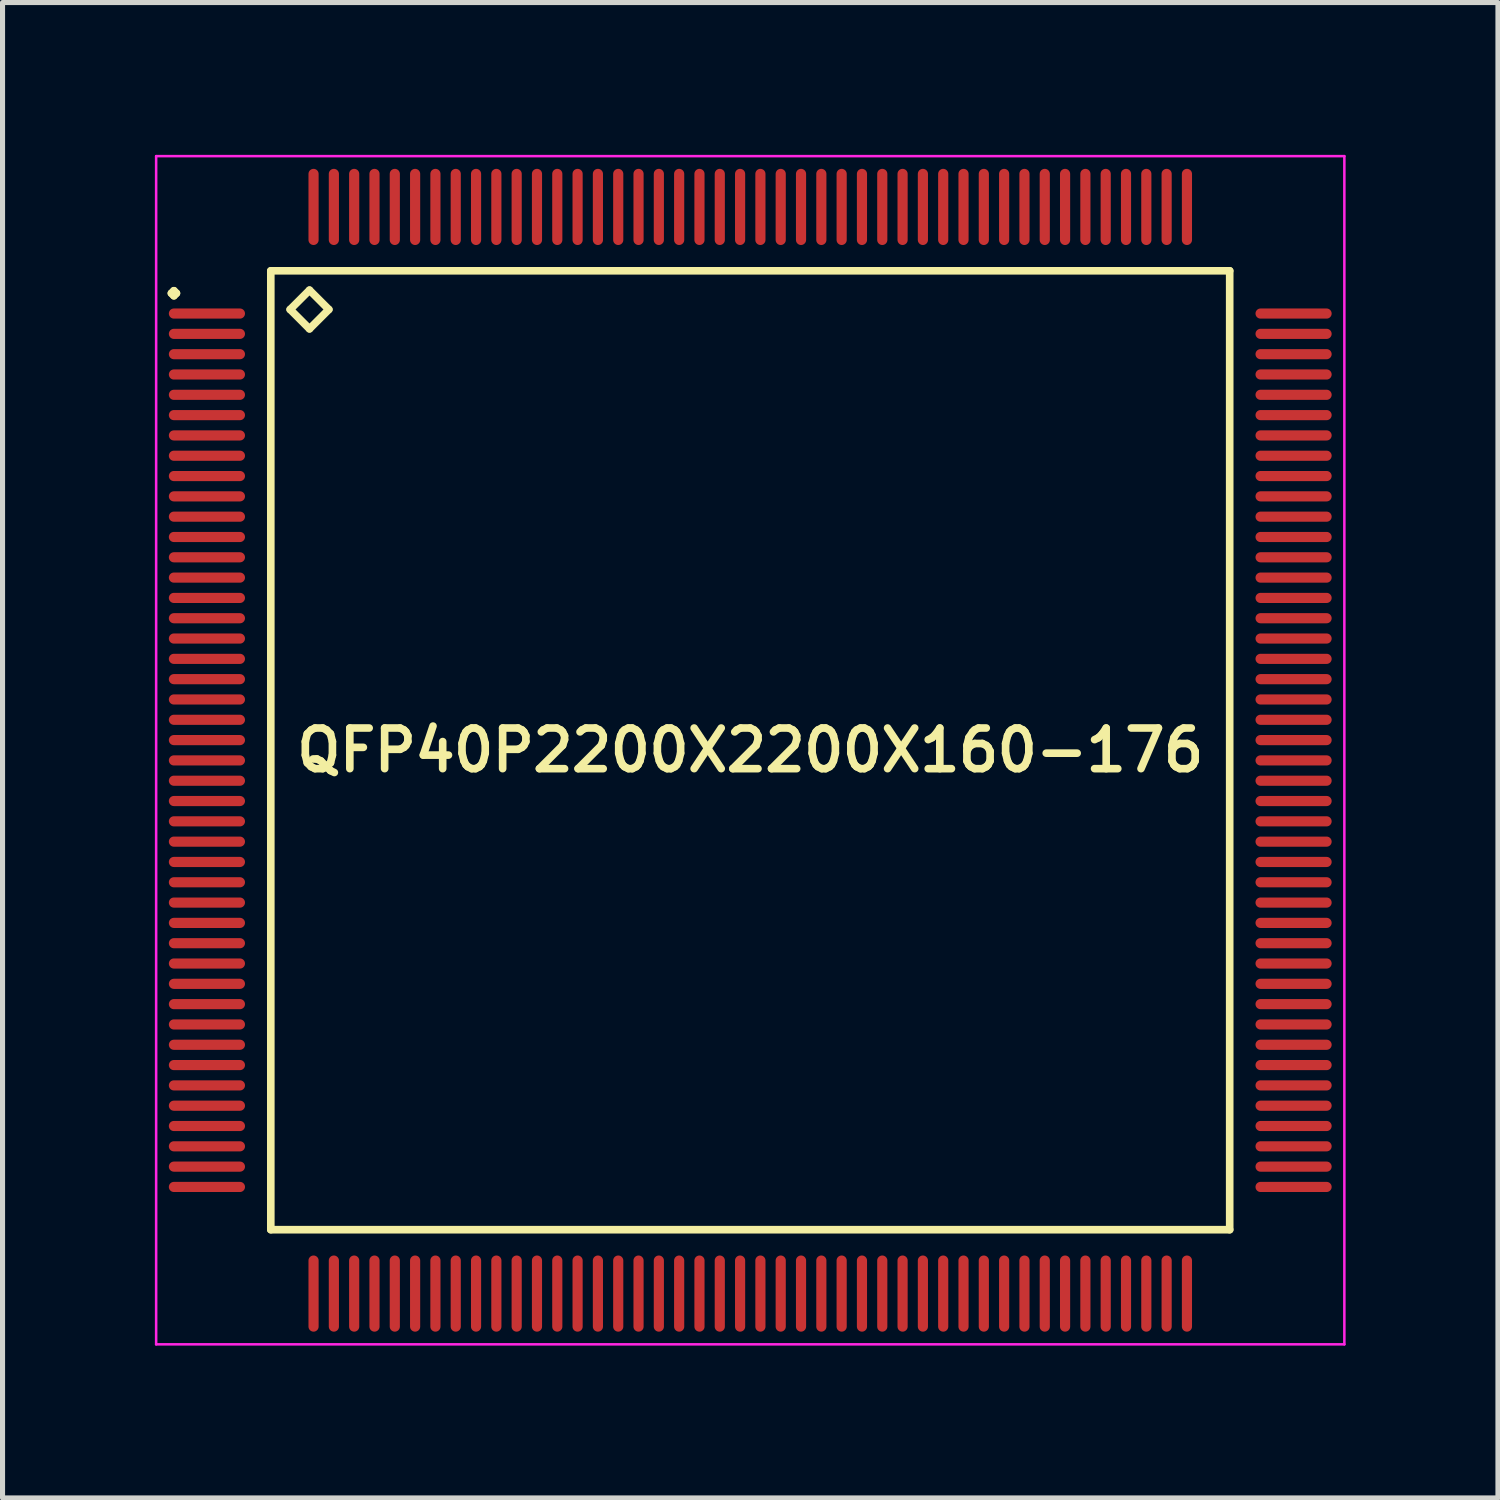
<source format=kicad_pcb>
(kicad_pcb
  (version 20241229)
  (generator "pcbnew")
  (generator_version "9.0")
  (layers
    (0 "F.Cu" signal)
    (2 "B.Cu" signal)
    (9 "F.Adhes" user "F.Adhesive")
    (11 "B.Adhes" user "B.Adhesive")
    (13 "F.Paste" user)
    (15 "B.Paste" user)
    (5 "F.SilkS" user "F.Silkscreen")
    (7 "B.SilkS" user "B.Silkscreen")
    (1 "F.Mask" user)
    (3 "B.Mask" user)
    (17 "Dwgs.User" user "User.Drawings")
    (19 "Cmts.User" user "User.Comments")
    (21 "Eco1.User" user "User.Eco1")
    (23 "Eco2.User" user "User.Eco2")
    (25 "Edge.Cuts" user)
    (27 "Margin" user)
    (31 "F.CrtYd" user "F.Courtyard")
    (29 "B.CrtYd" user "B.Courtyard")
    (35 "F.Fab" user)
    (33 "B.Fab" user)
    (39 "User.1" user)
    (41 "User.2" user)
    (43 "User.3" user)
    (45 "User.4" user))
  (footprint "QFP40P2200X2200X160-176"
    (layer "F.Cu")
    (at 11.725 11.725)
    (property "Reference" "QFP40P2200X2200X160-176" (at 0 0 0) (layer "F.SilkS") (effects (font (size 0.8 0.8) (thickness 0.15))))
    (attr smd)
    (fp_line (start -11.4 -9) (end -11.35 -9.05) (stroke (width 0.15) (type solid)) (layer "F.SilkS"))
    (fp_line (start -11.35 -9.05) (end -11.3 -9) (stroke (width 0.15) (type solid)) (layer "F.SilkS"))
    (fp_line (start -11.35 -8.95) (end -11.4 -9) (stroke (width 0.15) (type solid)) (layer "F.SilkS"))
    (fp_line (start -11.3 -9) (end -11.35 -8.95) (stroke (width 0.15) (type solid)) (layer "F.SilkS"))
    (fp_line (start -9.442 -9.442) (end -9.442 9.442) (stroke (width 0.15) (type solid)) (layer "F.SilkS"))
    (fp_line (start -9.442 9.442) (end 9.442 9.442) (stroke (width 0.15) (type solid)) (layer "F.SilkS"))
    (fp_line (start -9.061 -8.68) (end -8.68 -9.061) (stroke (width 0.15) (type solid)) (layer "F.SilkS"))
    (fp_line (start -8.68 -9.061) (end -8.299 -8.68) (stroke (width 0.15) (type solid)) (layer "F.SilkS"))
    (fp_line (start -8.68 -8.299) (end -9.061 -8.68) (stroke (width 0.15) (type solid)) (layer "F.SilkS"))
    (fp_line (start -8.299 -8.68) (end -8.68 -8.299) (stroke (width 0.15) (type solid)) (layer "F.SilkS"))
    (fp_line (start 9.442 -9.442) (end -9.442 -9.442) (stroke (width 0.15) (type solid)) (layer "F.SilkS"))
    (fp_line (start 9.442 9.442) (end 9.442 -9.442) (stroke (width 0.15) (type solid)) (layer "F.SilkS"))
    (fp_line (start -11.7 -11.7) (end 11.7 -11.7) (stroke (width 0.05) (type solid)) (layer "F.CrtYd"))
    (fp_line (start -11.7 11.7) (end -11.7 -11.7) (stroke (width 0.05) (type solid)) (layer "F.CrtYd"))
    (fp_line (start 11.7 -11.7) (end 11.7 11.7) (stroke (width 0.05) (type solid)) (layer "F.CrtYd"))
    (fp_line (start 11.7 11.7) (end -11.7 11.7) (stroke (width 0.05) (type solid)) (layer "F.CrtYd"))
    (pad "1" smd oval (at -10.7 -8.6) (size 1.5 0.2) (layers "F.Cu" "F.Mask" "F.Paste"))
    (pad "2" smd oval (at -10.7 -8.2) (size 1.5 0.2) (layers "F.Cu" "F.Mask" "F.Paste"))
    (pad "3" smd oval (at -10.7 -7.8) (size 1.5 0.2) (layers "F.Cu" "F.Mask" "F.Paste"))
    (pad "4" smd oval (at -10.7 -7.4) (size 1.5 0.2) (layers "F.Cu" "F.Mask" "F.Paste"))
    (pad "5" smd oval (at -10.7 -7) (size 1.5 0.2) (layers "F.Cu" "F.Mask" "F.Paste"))
    (pad "6" smd oval (at -10.7 -6.6) (size 1.5 0.2) (layers "F.Cu" "F.Mask" "F.Paste"))
    (pad "7" smd oval (at -10.7 -6.2) (size 1.5 0.2) (layers "F.Cu" "F.Mask" "F.Paste"))
    (pad "8" smd oval (at -10.7 -5.8) (size 1.5 0.2) (layers "F.Cu" "F.Mask" "F.Paste"))
    (pad "9" smd oval (at -10.7 -5.4) (size 1.5 0.2) (layers "F.Cu" "F.Mask" "F.Paste"))
    (pad "10" smd oval (at -10.7 -5) (size 1.5 0.2) (layers "F.Cu" "F.Mask" "F.Paste"))
    (pad "11" smd oval (at -10.7 -4.6) (size 1.5 0.2) (layers "F.Cu" "F.Mask" "F.Paste"))
    (pad "12" smd oval (at -10.7 -4.2) (size 1.5 0.2) (layers "F.Cu" "F.Mask" "F.Paste"))
    (pad "13" smd oval (at -10.7 -3.8) (size 1.5 0.2) (layers "F.Cu" "F.Mask" "F.Paste"))
    (pad "14" smd oval (at -10.7 -3.4) (size 1.5 0.2) (layers "F.Cu" "F.Mask" "F.Paste"))
    (pad "15" smd oval (at -10.7 -3) (size 1.5 0.2) (layers "F.Cu" "F.Mask" "F.Paste"))
    (pad "16" smd oval (at -10.7 -2.6) (size 1.5 0.2) (layers "F.Cu" "F.Mask" "F.Paste"))
    (pad "17" smd oval (at -10.7 -2.2) (size 1.5 0.2) (layers "F.Cu" "F.Mask" "F.Paste"))
    (pad "18" smd oval (at -10.7 -1.8) (size 1.5 0.2) (layers "F.Cu" "F.Mask" "F.Paste"))
    (pad "19" smd oval (at -10.7 -1.4) (size 1.5 0.2) (layers "F.Cu" "F.Mask" "F.Paste"))
    (pad "20" smd oval (at -10.7 -1) (size 1.5 0.2) (layers "F.Cu" "F.Mask" "F.Paste"))
    (pad "21" smd oval (at -10.7 -0.6) (size 1.5 0.2) (layers "F.Cu" "F.Mask" "F.Paste"))
    (pad "22" smd oval (at -10.7 -0.2) (size 1.5 0.2) (layers "F.Cu" "F.Mask" "F.Paste"))
    (pad "23" smd oval (at -10.7 0.2) (size 1.5 0.2) (layers "F.Cu" "F.Mask" "F.Paste"))
    (pad "24" smd oval (at -10.7 0.6) (size 1.5 0.2) (layers "F.Cu" "F.Mask" "F.Paste"))
    (pad "25" smd oval (at -10.7 1) (size 1.5 0.2) (layers "F.Cu" "F.Mask" "F.Paste"))
    (pad "26" smd oval (at -10.7 1.4) (size 1.5 0.2) (layers "F.Cu" "F.Mask" "F.Paste"))
    (pad "27" smd oval (at -10.7 1.8) (size 1.5 0.2) (layers "F.Cu" "F.Mask" "F.Paste"))
    (pad "28" smd oval (at -10.7 2.2) (size 1.5 0.2) (layers "F.Cu" "F.Mask" "F.Paste"))
    (pad "29" smd oval (at -10.7 2.6) (size 1.5 0.2) (layers "F.Cu" "F.Mask" "F.Paste"))
    (pad "30" smd oval (at -10.7 3) (size 1.5 0.2) (layers "F.Cu" "F.Mask" "F.Paste"))
    (pad "31" smd oval (at -10.7 3.4) (size 1.5 0.2) (layers "F.Cu" "F.Mask" "F.Paste"))
    (pad "32" smd oval (at -10.7 3.8) (size 1.5 0.2) (layers "F.Cu" "F.Mask" "F.Paste"))
    (pad "33" smd oval (at -10.7 4.2) (size 1.5 0.2) (layers "F.Cu" "F.Mask" "F.Paste"))
    (pad "34" smd oval (at -10.7 4.6) (size 1.5 0.2) (layers "F.Cu" "F.Mask" "F.Paste"))
    (pad "35" smd oval (at -10.7 5) (size 1.5 0.2) (layers "F.Cu" "F.Mask" "F.Paste"))
    (pad "36" smd oval (at -10.7 5.4) (size 1.5 0.2) (layers "F.Cu" "F.Mask" "F.Paste"))
    (pad "37" smd oval (at -10.7 5.8) (size 1.5 0.2) (layers "F.Cu" "F.Mask" "F.Paste"))
    (pad "38" smd oval (at -10.7 6.2) (size 1.5 0.2) (layers "F.Cu" "F.Mask" "F.Paste"))
    (pad "39" smd oval (at -10.7 6.6) (size 1.5 0.2) (layers "F.Cu" "F.Mask" "F.Paste"))
    (pad "40" smd oval (at -10.7 7) (size 1.5 0.2) (layers "F.Cu" "F.Mask" "F.Paste"))
    (pad "41" smd oval (at -10.7 7.4) (size 1.5 0.2) (layers "F.Cu" "F.Mask" "F.Paste"))
    (pad "42" smd oval (at -10.7 7.8) (size 1.5 0.2) (layers "F.Cu" "F.Mask" "F.Paste"))
    (pad "43" smd oval (at -10.7 8.2) (size 1.5 0.2) (layers "F.Cu" "F.Mask" "F.Paste"))
    (pad "44" smd oval (at -10.7 8.6) (size 1.5 0.2) (layers "F.Cu" "F.Mask" "F.Paste"))
    (pad "45" smd oval (at -8.6 10.7) (size 0.2 1.5) (layers "F.Cu" "F.Mask" "F.Paste"))
    (pad "46" smd oval (at -8.2 10.7) (size 0.2 1.5) (layers "F.Cu" "F.Mask" "F.Paste"))
    (pad "47" smd oval (at -7.8 10.7) (size 0.2 1.5) (layers "F.Cu" "F.Mask" "F.Paste"))
    (pad "48" smd oval (at -7.4 10.7) (size 0.2 1.5) (layers "F.Cu" "F.Mask" "F.Paste"))
    (pad "49" smd oval (at -7 10.7) (size 0.2 1.5) (layers "F.Cu" "F.Mask" "F.Paste"))
    (pad "50" smd oval (at -6.6 10.7) (size 0.2 1.5) (layers "F.Cu" "F.Mask" "F.Paste"))
    (pad "51" smd oval (at -6.2 10.7) (size 0.2 1.5) (layers "F.Cu" "F.Mask" "F.Paste"))
    (pad "52" smd oval (at -5.8 10.7) (size 0.2 1.5) (layers "F.Cu" "F.Mask" "F.Paste"))
    (pad "53" smd oval (at -5.4 10.7) (size 0.2 1.5) (layers "F.Cu" "F.Mask" "F.Paste"))
    (pad "54" smd oval (at -5 10.7) (size 0.2 1.5) (layers "F.Cu" "F.Mask" "F.Paste"))
    (pad "55" smd oval (at -4.6 10.7) (size 0.2 1.5) (layers "F.Cu" "F.Mask" "F.Paste"))
    (pad "56" smd oval (at -4.2 10.7) (size 0.2 1.5) (layers "F.Cu" "F.Mask" "F.Paste"))
    (pad "57" smd oval (at -3.8 10.7) (size 0.2 1.5) (layers "F.Cu" "F.Mask" "F.Paste"))
    (pad "58" smd oval (at -3.4 10.7) (size 0.2 1.5) (layers "F.Cu" "F.Mask" "F.Paste"))
    (pad "59" smd oval (at -3 10.7) (size 0.2 1.5) (layers "F.Cu" "F.Mask" "F.Paste"))
    (pad "60" smd oval (at -2.6 10.7) (size 0.2 1.5) (layers "F.Cu" "F.Mask" "F.Paste"))
    (pad "61" smd oval (at -2.2 10.7) (size 0.2 1.5) (layers "F.Cu" "F.Mask" "F.Paste"))
    (pad "62" smd oval (at -1.8 10.7) (size 0.2 1.5) (layers "F.Cu" "F.Mask" "F.Paste"))
    (pad "63" smd oval (at -1.4 10.7) (size 0.2 1.5) (layers "F.Cu" "F.Mask" "F.Paste"))
    (pad "64" smd oval (at -1 10.7) (size 0.2 1.5) (layers "F.Cu" "F.Mask" "F.Paste"))
    (pad "65" smd oval (at -0.6 10.7) (size 0.2 1.5) (layers "F.Cu" "F.Mask" "F.Paste"))
    (pad "66" smd oval (at -0.2 10.7) (size 0.2 1.5) (layers "F.Cu" "F.Mask" "F.Paste"))
    (pad "67" smd oval (at 0.2 10.7) (size 0.2 1.5) (layers "F.Cu" "F.Mask" "F.Paste"))
    (pad "68" smd oval (at 0.6 10.7) (size 0.2 1.5) (layers "F.Cu" "F.Mask" "F.Paste"))
    (pad "69" smd oval (at 1 10.7) (size 0.2 1.5) (layers "F.Cu" "F.Mask" "F.Paste"))
    (pad "70" smd oval (at 1.4 10.7) (size 0.2 1.5) (layers "F.Cu" "F.Mask" "F.Paste"))
    (pad "71" smd oval (at 1.8 10.7) (size 0.2 1.5) (layers "F.Cu" "F.Mask" "F.Paste"))
    (pad "72" smd oval (at 2.2 10.7) (size 0.2 1.5) (layers "F.Cu" "F.Mask" "F.Paste"))
    (pad "73" smd oval (at 2.6 10.7) (size 0.2 1.5) (layers "F.Cu" "F.Mask" "F.Paste"))
    (pad "74" smd oval (at 3 10.7) (size 0.2 1.5) (layers "F.Cu" "F.Mask" "F.Paste"))
    (pad "75" smd oval (at 3.4 10.7) (size 0.2 1.5) (layers "F.Cu" "F.Mask" "F.Paste"))
    (pad "76" smd oval (at 3.8 10.7) (size 0.2 1.5) (layers "F.Cu" "F.Mask" "F.Paste"))
    (pad "77" smd oval (at 4.2 10.7) (size 0.2 1.5) (layers "F.Cu" "F.Mask" "F.Paste"))
    (pad "78" smd oval (at 4.6 10.7) (size 0.2 1.5) (layers "F.Cu" "F.Mask" "F.Paste"))
    (pad "79" smd oval (at 5 10.7) (size 0.2 1.5) (layers "F.Cu" "F.Mask" "F.Paste"))
    (pad "80" smd oval (at 5.4 10.7) (size 0.2 1.5) (layers "F.Cu" "F.Mask" "F.Paste"))
    (pad "81" smd oval (at 5.8 10.7) (size 0.2 1.5) (layers "F.Cu" "F.Mask" "F.Paste"))
    (pad "82" smd oval (at 6.2 10.7) (size 0.2 1.5) (layers "F.Cu" "F.Mask" "F.Paste"))
    (pad "83" smd oval (at 6.6 10.7) (size 0.2 1.5) (layers "F.Cu" "F.Mask" "F.Paste"))
    (pad "84" smd oval (at 7 10.7) (size 0.2 1.5) (layers "F.Cu" "F.Mask" "F.Paste"))
    (pad "85" smd oval (at 7.4 10.7) (size 0.2 1.5) (layers "F.Cu" "F.Mask" "F.Paste"))
    (pad "86" smd oval (at 7.8 10.7) (size 0.2 1.5) (layers "F.Cu" "F.Mask" "F.Paste"))
    (pad "87" smd oval (at 8.2 10.7) (size 0.2 1.5) (layers "F.Cu" "F.Mask" "F.Paste"))
    (pad "88" smd oval (at 8.6 10.7) (size 0.2 1.5) (layers "F.Cu" "F.Mask" "F.Paste"))
    (pad "89" smd oval (at 10.7 8.6) (size 1.5 0.2) (layers "F.Cu" "F.Mask" "F.Paste"))
    (pad "90" smd oval (at 10.7 8.2) (size 1.5 0.2) (layers "F.Cu" "F.Mask" "F.Paste"))
    (pad "91" smd oval (at 10.7 7.8) (size 1.5 0.2) (layers "F.Cu" "F.Mask" "F.Paste"))
    (pad "92" smd oval (at 10.7 7.4) (size 1.5 0.2) (layers "F.Cu" "F.Mask" "F.Paste"))
    (pad "93" smd oval (at 10.7 7) (size 1.5 0.2) (layers "F.Cu" "F.Mask" "F.Paste"))
    (pad "94" smd oval (at 10.7 6.6) (size 1.5 0.2) (layers "F.Cu" "F.Mask" "F.Paste"))
    (pad "95" smd oval (at 10.7 6.2) (size 1.5 0.2) (layers "F.Cu" "F.Mask" "F.Paste"))
    (pad "96" smd oval (at 10.7 5.8) (size 1.5 0.2) (layers "F.Cu" "F.Mask" "F.Paste"))
    (pad "97" smd oval (at 10.7 5.4) (size 1.5 0.2) (layers "F.Cu" "F.Mask" "F.Paste"))
    (pad "98" smd oval (at 10.7 5) (size 1.5 0.2) (layers "F.Cu" "F.Mask" "F.Paste"))
    (pad "99" smd oval (at 10.7 4.6) (size 1.5 0.2) (layers "F.Cu" "F.Mask" "F.Paste"))
    (pad "100" smd oval (at 10.7 4.2) (size 1.5 0.2) (layers "F.Cu" "F.Mask" "F.Paste"))
    (pad "101" smd oval (at 10.7 3.8) (size 1.5 0.2) (layers "F.Cu" "F.Mask" "F.Paste"))
    (pad "102" smd oval (at 10.7 3.4) (size 1.5 0.2) (layers "F.Cu" "F.Mask" "F.Paste"))
    (pad "103" smd oval (at 10.7 3) (size 1.5 0.2) (layers "F.Cu" "F.Mask" "F.Paste"))
    (pad "104" smd oval (at 10.7 2.6) (size 1.5 0.2) (layers "F.Cu" "F.Mask" "F.Paste"))
    (pad "105" smd oval (at 10.7 2.2) (size 1.5 0.2) (layers "F.Cu" "F.Mask" "F.Paste"))
    (pad "106" smd oval (at 10.7 1.8) (size 1.5 0.2) (layers "F.Cu" "F.Mask" "F.Paste"))
    (pad "107" smd oval (at 10.7 1.4) (size 1.5 0.2) (layers "F.Cu" "F.Mask" "F.Paste"))
    (pad "108" smd oval (at 10.7 1) (size 1.5 0.2) (layers "F.Cu" "F.Mask" "F.Paste"))
    (pad "109" smd oval (at 10.7 0.6) (size 1.5 0.2) (layers "F.Cu" "F.Mask" "F.Paste"))
    (pad "110" smd oval (at 10.7 0.2) (size 1.5 0.2) (layers "F.Cu" "F.Mask" "F.Paste"))
    (pad "111" smd oval (at 10.7 -0.2) (size 1.5 0.2) (layers "F.Cu" "F.Mask" "F.Paste"))
    (pad "112" smd oval (at 10.7 -0.6) (size 1.5 0.2) (layers "F.Cu" "F.Mask" "F.Paste"))
    (pad "113" smd oval (at 10.7 -1) (size 1.5 0.2) (layers "F.Cu" "F.Mask" "F.Paste"))
    (pad "114" smd oval (at 10.7 -1.4) (size 1.5 0.2) (layers "F.Cu" "F.Mask" "F.Paste"))
    (pad "115" smd oval (at 10.7 -1.8) (size 1.5 0.2) (layers "F.Cu" "F.Mask" "F.Paste"))
    (pad "116" smd oval (at 10.7 -2.2) (size 1.5 0.2) (layers "F.Cu" "F.Mask" "F.Paste"))
    (pad "117" smd oval (at 10.7 -2.6) (size 1.5 0.2) (layers "F.Cu" "F.Mask" "F.Paste"))
    (pad "118" smd oval (at 10.7 -3) (size 1.5 0.2) (layers "F.Cu" "F.Mask" "F.Paste"))
    (pad "119" smd oval (at 10.7 -3.4) (size 1.5 0.2) (layers "F.Cu" "F.Mask" "F.Paste"))
    (pad "120" smd oval (at 10.7 -3.8) (size 1.5 0.2) (layers "F.Cu" "F.Mask" "F.Paste"))
    (pad "121" smd oval (at 10.7 -4.2) (size 1.5 0.2) (layers "F.Cu" "F.Mask" "F.Paste"))
    (pad "122" smd oval (at 10.7 -4.6) (size 1.5 0.2) (layers "F.Cu" "F.Mask" "F.Paste"))
    (pad "123" smd oval (at 10.7 -5) (size 1.5 0.2) (layers "F.Cu" "F.Mask" "F.Paste"))
    (pad "124" smd oval (at 10.7 -5.4) (size 1.5 0.2) (layers "F.Cu" "F.Mask" "F.Paste"))
    (pad "125" smd oval (at 10.7 -5.8) (size 1.5 0.2) (layers "F.Cu" "F.Mask" "F.Paste"))
    (pad "126" smd oval (at 10.7 -6.2) (size 1.5 0.2) (layers "F.Cu" "F.Mask" "F.Paste"))
    (pad "127" smd oval (at 10.7 -6.6) (size 1.5 0.2) (layers "F.Cu" "F.Mask" "F.Paste"))
    (pad "128" smd oval (at 10.7 -7) (size 1.5 0.2) (layers "F.Cu" "F.Mask" "F.Paste"))
    (pad "129" smd oval (at 10.7 -7.4) (size 1.5 0.2) (layers "F.Cu" "F.Mask" "F.Paste"))
    (pad "130" smd oval (at 10.7 -7.8) (size 1.5 0.2) (layers "F.Cu" "F.Mask" "F.Paste"))
    (pad "131" smd oval (at 10.7 -8.2) (size 1.5 0.2) (layers "F.Cu" "F.Mask" "F.Paste"))
    (pad "132" smd oval (at 10.7 -8.6) (size 1.5 0.2) (layers "F.Cu" "F.Mask" "F.Paste"))
    (pad "133" smd oval (at 8.6 -10.7) (size 0.2 1.5) (layers "F.Cu" "F.Mask" "F.Paste"))
    (pad "134" smd oval (at 8.2 -10.7) (size 0.2 1.5) (layers "F.Cu" "F.Mask" "F.Paste"))
    (pad "135" smd oval (at 7.8 -10.7) (size 0.2 1.5) (layers "F.Cu" "F.Mask" "F.Paste"))
    (pad "136" smd oval (at 7.4 -10.7) (size 0.2 1.5) (layers "F.Cu" "F.Mask" "F.Paste"))
    (pad "137" smd oval (at 7 -10.7) (size 0.2 1.5) (layers "F.Cu" "F.Mask" "F.Paste"))
    (pad "138" smd oval (at 6.6 -10.7) (size 0.2 1.5) (layers "F.Cu" "F.Mask" "F.Paste"))
    (pad "139" smd oval (at 6.2 -10.7) (size 0.2 1.5) (layers "F.Cu" "F.Mask" "F.Paste"))
    (pad "140" smd oval (at 5.8 -10.7) (size 0.2 1.5) (layers "F.Cu" "F.Mask" "F.Paste"))
    (pad "141" smd oval (at 5.4 -10.7) (size 0.2 1.5) (layers "F.Cu" "F.Mask" "F.Paste"))
    (pad "142" smd oval (at 5 -10.7) (size 0.2 1.5) (layers "F.Cu" "F.Mask" "F.Paste"))
    (pad "143" smd oval (at 4.6 -10.7) (size 0.2 1.5) (layers "F.Cu" "F.Mask" "F.Paste"))
    (pad "144" smd oval (at 4.2 -10.7) (size 0.2 1.5) (layers "F.Cu" "F.Mask" "F.Paste"))
    (pad "145" smd oval (at 3.8 -10.7) (size 0.2 1.5) (layers "F.Cu" "F.Mask" "F.Paste"))
    (pad "146" smd oval (at 3.4 -10.7) (size 0.2 1.5) (layers "F.Cu" "F.Mask" "F.Paste"))
    (pad "147" smd oval (at 3 -10.7) (size 0.2 1.5) (layers "F.Cu" "F.Mask" "F.Paste"))
    (pad "148" smd oval (at 2.6 -10.7) (size 0.2 1.5) (layers "F.Cu" "F.Mask" "F.Paste"))
    (pad "149" smd oval (at 2.2 -10.7) (size 0.2 1.5) (layers "F.Cu" "F.Mask" "F.Paste"))
    (pad "150" smd oval (at 1.8 -10.7) (size 0.2 1.5) (layers "F.Cu" "F.Mask" "F.Paste"))
    (pad "151" smd oval (at 1.4 -10.7) (size 0.2 1.5) (layers "F.Cu" "F.Mask" "F.Paste"))
    (pad "152" smd oval (at 1 -10.7) (size 0.2 1.5) (layers "F.Cu" "F.Mask" "F.Paste"))
    (pad "153" smd oval (at 0.6 -10.7) (size 0.2 1.5) (layers "F.Cu" "F.Mask" "F.Paste"))
    (pad "154" smd oval (at 0.2 -10.7) (size 0.2 1.5) (layers "F.Cu" "F.Mask" "F.Paste"))
    (pad "155" smd oval (at -0.2 -10.7) (size 0.2 1.5) (layers "F.Cu" "F.Mask" "F.Paste"))
    (pad "156" smd oval (at -0.6 -10.7) (size 0.2 1.5) (layers "F.Cu" "F.Mask" "F.Paste"))
    (pad "157" smd oval (at -1 -10.7) (size 0.2 1.5) (layers "F.Cu" "F.Mask" "F.Paste"))
    (pad "158" smd oval (at -1.4 -10.7) (size 0.2 1.5) (layers "F.Cu" "F.Mask" "F.Paste"))
    (pad "159" smd oval (at -1.8 -10.7) (size 0.2 1.5) (layers "F.Cu" "F.Mask" "F.Paste"))
    (pad "160" smd oval (at -2.2 -10.7) (size 0.2 1.5) (layers "F.Cu" "F.Mask" "F.Paste"))
    (pad "161" smd oval (at -2.6 -10.7) (size 0.2 1.5) (layers "F.Cu" "F.Mask" "F.Paste"))
    (pad "162" smd oval (at -3 -10.7) (size 0.2 1.5) (layers "F.Cu" "F.Mask" "F.Paste"))
    (pad "163" smd oval (at -3.4 -10.7) (size 0.2 1.5) (layers "F.Cu" "F.Mask" "F.Paste"))
    (pad "164" smd oval (at -3.8 -10.7) (size 0.2 1.5) (layers "F.Cu" "F.Mask" "F.Paste"))
    (pad "165" smd oval (at -4.2 -10.7) (size 0.2 1.5) (layers "F.Cu" "F.Mask" "F.Paste"))
    (pad "166" smd oval (at -4.6 -10.7) (size 0.2 1.5) (layers "F.Cu" "F.Mask" "F.Paste"))
    (pad "167" smd oval (at -5 -10.7) (size 0.2 1.5) (layers "F.Cu" "F.Mask" "F.Paste"))
    (pad "168" smd oval (at -5.4 -10.7) (size 0.2 1.5) (layers "F.Cu" "F.Mask" "F.Paste"))
    (pad "169" smd oval (at -5.8 -10.7) (size 0.2 1.5) (layers "F.Cu" "F.Mask" "F.Paste"))
    (pad "170" smd oval (at -6.2 -10.7) (size 0.2 1.5) (layers "F.Cu" "F.Mask" "F.Paste"))
    (pad "171" smd oval (at -6.6 -10.7) (size 0.2 1.5) (layers "F.Cu" "F.Mask" "F.Paste"))
    (pad "172" smd oval (at -7 -10.7) (size 0.2 1.5) (layers "F.Cu" "F.Mask" "F.Paste"))
    (pad "173" smd oval (at -7.4 -10.7) (size 0.2 1.5) (layers "F.Cu" "F.Mask" "F.Paste"))
    (pad "174" smd oval (at -7.8 -10.7) (size 0.2 1.5) (layers "F.Cu" "F.Mask" "F.Paste"))
    (pad "175" smd oval (at -8.2 -10.7) (size 0.2 1.5) (layers "F.Cu" "F.Mask" "F.Paste"))
    (pad "176" smd oval (at -8.6 -10.7) (size 0.2 1.5) (layers "F.Cu" "F.Mask" "F.Paste")))
  (gr_rect
    (start -3 -3)
    (end 26.45 26.45)
    (stroke (width 0.1) (type default))
    (fill no)
    (layer "Edge.Cuts")))
</source>
